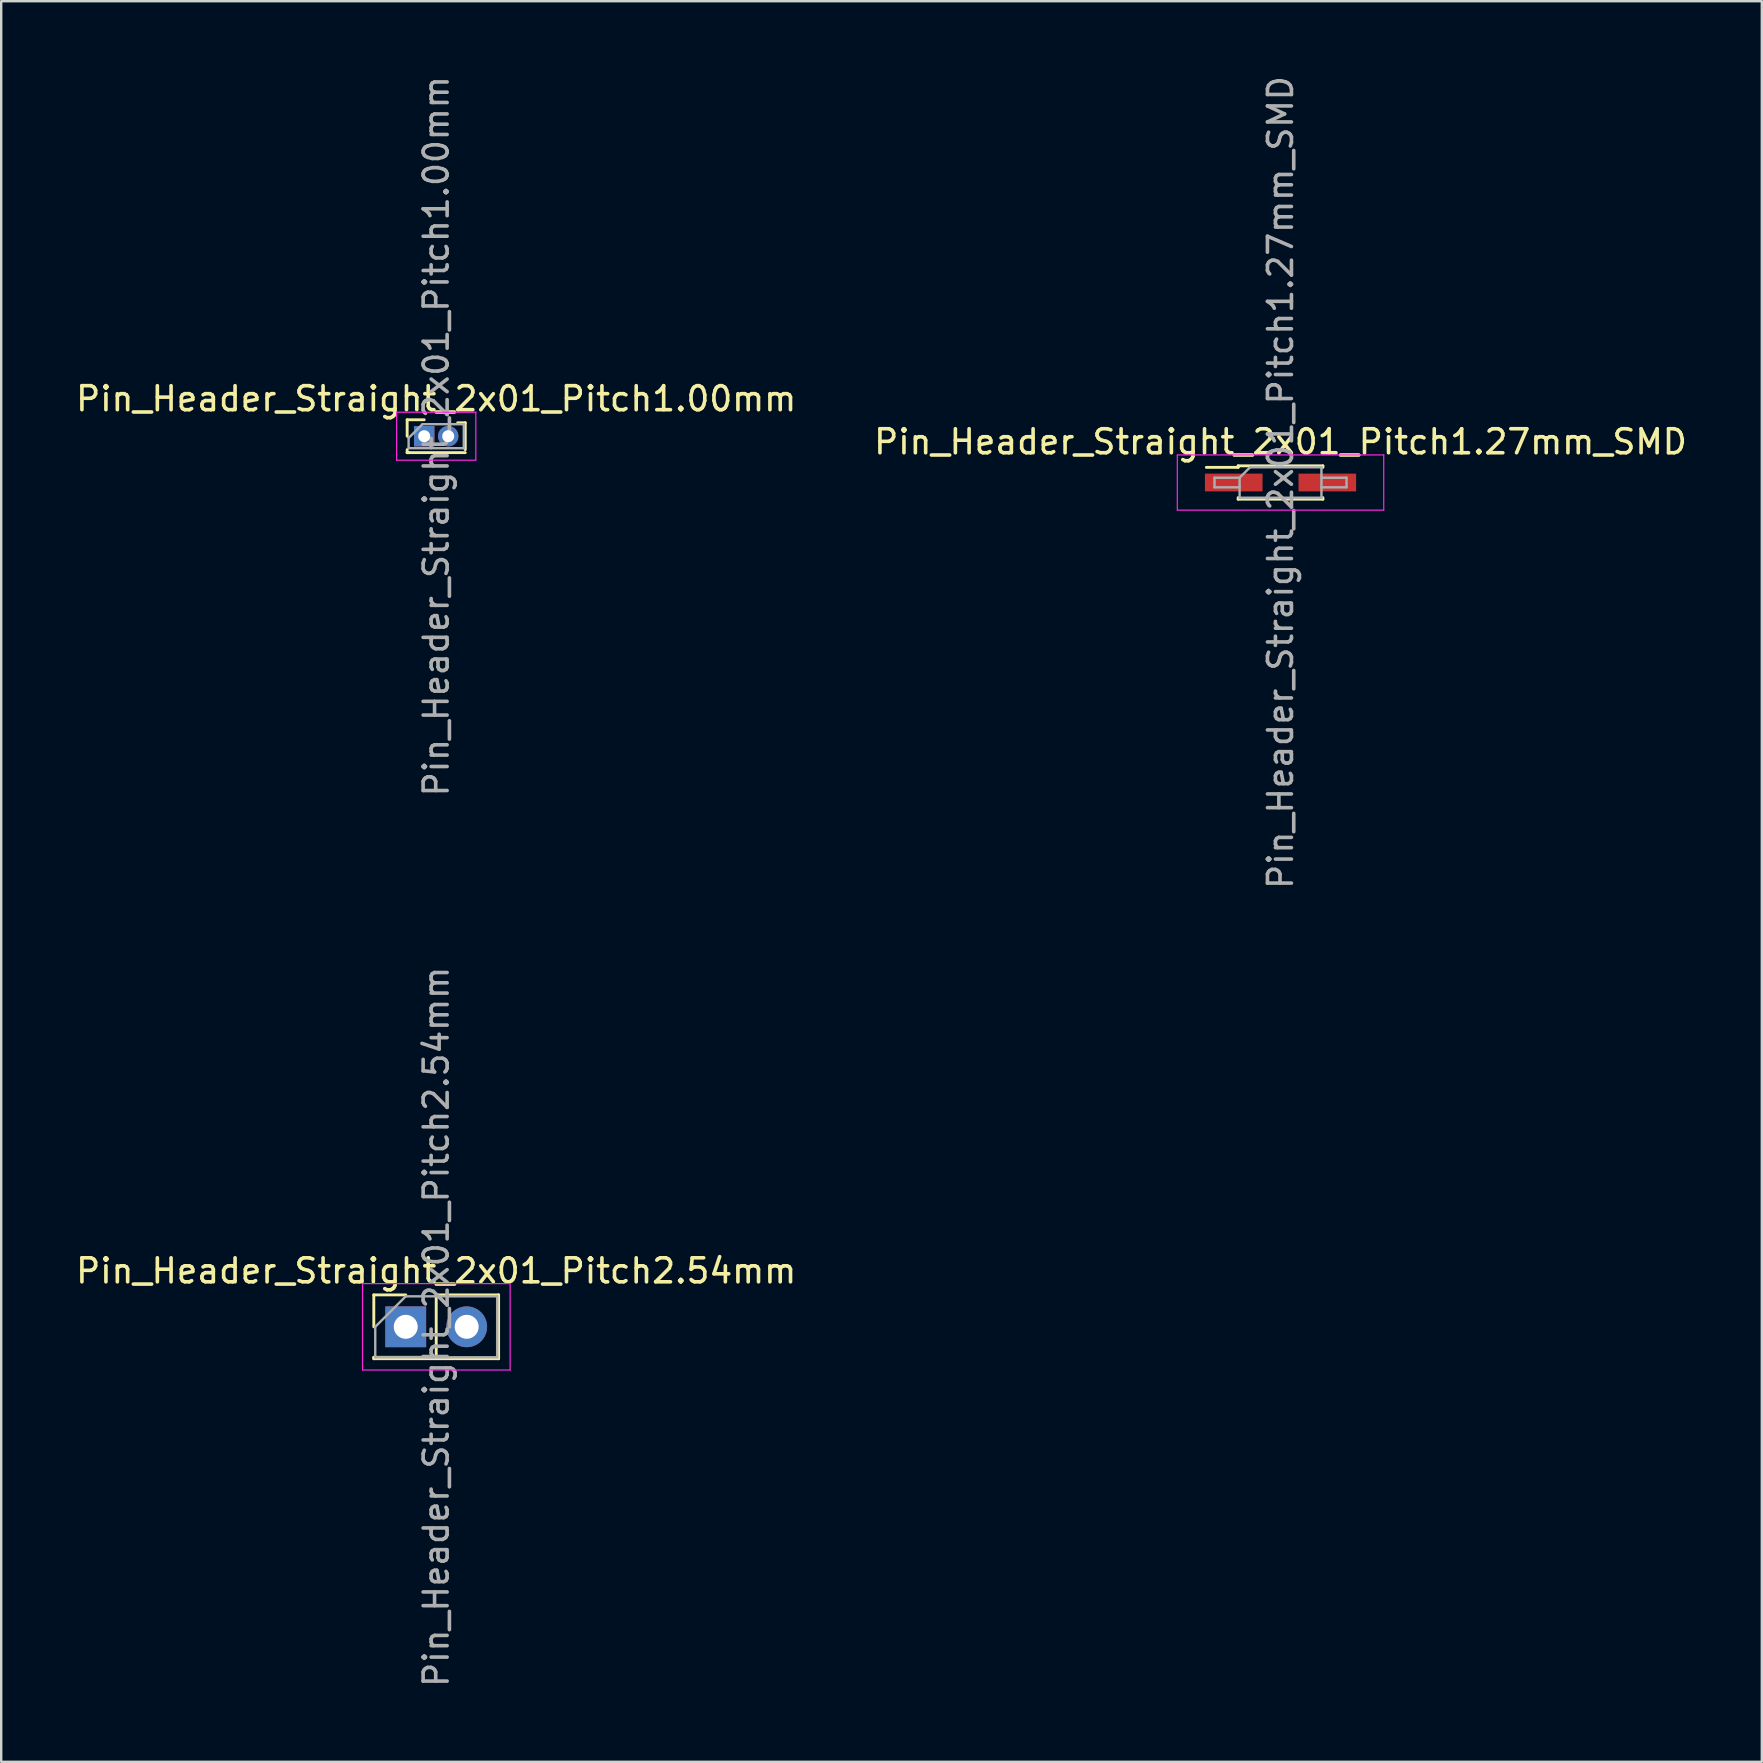
<source format=kicad_pcb>
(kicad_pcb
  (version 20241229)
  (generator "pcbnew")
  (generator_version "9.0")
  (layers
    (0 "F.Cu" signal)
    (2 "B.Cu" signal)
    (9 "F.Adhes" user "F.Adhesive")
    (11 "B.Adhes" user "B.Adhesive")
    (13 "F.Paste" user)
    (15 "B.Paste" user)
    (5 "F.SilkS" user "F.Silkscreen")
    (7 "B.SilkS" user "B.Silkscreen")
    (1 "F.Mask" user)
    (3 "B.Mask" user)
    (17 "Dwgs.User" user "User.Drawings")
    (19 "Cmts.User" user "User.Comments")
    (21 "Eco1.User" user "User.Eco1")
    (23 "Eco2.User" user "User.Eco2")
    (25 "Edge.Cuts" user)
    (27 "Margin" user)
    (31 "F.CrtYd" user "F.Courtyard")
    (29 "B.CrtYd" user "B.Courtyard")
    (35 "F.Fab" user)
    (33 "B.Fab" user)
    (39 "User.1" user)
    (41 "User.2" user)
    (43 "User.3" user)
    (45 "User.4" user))
  (footprint "Pin_Header_Straight_2x01_Pitch1.27mm_SMD"
    (layer "F.Cu")
    (at 50.304 17.054)
    (property "Reference" "Pin_Header_Straight_2x01_Pitch1.27mm_SMD" (at 0 -1.695 0) (layer "F.SilkS") (effects (font (size 1 1) (thickness 0.15))))
    (attr smd)
    (fp_line (start -3.09 -0.63) (end -1.765 -0.63) (stroke (width 0.12) (type solid)) (layer "F.SilkS"))
    (fp_line (start -1.765 -0.695) (end -1.765 -0.63) (stroke (width 0.12) (type solid)) (layer "F.SilkS"))
    (fp_line (start -1.765 -0.695) (end 1.765 -0.695) (stroke (width 0.12) (type solid)) (layer "F.SilkS"))
    (fp_line (start -1.765 0.63) (end -1.765 0.695) (stroke (width 0.12) (type solid)) (layer "F.SilkS"))
    (fp_line (start -1.765 0.695) (end 1.765 0.695) (stroke (width 0.12) (type solid)) (layer "F.SilkS"))
    (fp_line (start 1.765 -0.695) (end 1.765 -0.63) (stroke (width 0.12) (type solid)) (layer "F.SilkS"))
    (fp_line (start 1.765 0.63) (end 1.765 0.695) (stroke (width 0.12) (type solid)) (layer "F.SilkS"))
    (fp_line (start -4.3 -1.15) (end -4.3 1.15) (stroke (width 0.05) (type solid)) (layer "F.CrtYd"))
    (fp_line (start -4.3 1.15) (end 4.3 1.15) (stroke (width 0.05) (type solid)) (layer "F.CrtYd"))
    (fp_line (start 4.3 -1.15) (end -4.3 -1.15) (stroke (width 0.05) (type solid)) (layer "F.CrtYd"))
    (fp_line (start 4.3 1.15) (end 4.3 -1.15) (stroke (width 0.05) (type solid)) (layer "F.CrtYd"))
    (fp_line (start -2.75 -0.2) (end -2.75 0.2) (stroke (width 0.1) (type solid)) (layer "F.Fab"))
    (fp_line (start -2.75 0.2) (end -1.705 0.2) (stroke (width 0.1) (type solid)) (layer "F.Fab"))
    (fp_line (start -1.705 -0.2) (end -2.75 -0.2) (stroke (width 0.1) (type solid)) (layer "F.Fab"))
    (fp_line (start -1.705 -0.2) (end -1.27 -0.635) (stroke (width 0.1) (type solid)) (layer "F.Fab"))
    (fp_line (start -1.705 0.635) (end -1.705 -0.2) (stroke (width 0.1) (type solid)) (layer "F.Fab"))
    (fp_line (start -1.27 -0.635) (end 1.705 -0.635) (stroke (width 0.1) (type solid)) (layer "F.Fab"))
    (fp_line (start 1.705 -0.635) (end 1.705 0.635) (stroke (width 0.1) (type solid)) (layer "F.Fab"))
    (fp_line (start 1.705 -0.2) (end 2.75 -0.2) (stroke (width 0.1) (type solid)) (layer "F.Fab"))
    (fp_line (start 1.705 0.635) (end -1.705 0.635) (stroke (width 0.1) (type solid)) (layer "F.Fab"))
    (fp_line (start 2.75 -0.2) (end 2.75 0.2) (stroke (width 0.1) (type solid)) (layer "F.Fab"))
    (fp_line (start 2.75 0.2) (end 1.705 0.2) (stroke (width 0.1) (type solid)) (layer "F.Fab"))
    (fp_text user "${REFERENCE}" (at 0 0 90) (layer "F.Fab") (effects (font (size 1 1) (thickness 0.15))))
    (pad "1" smd rect (at -1.95 0) (size 2.4 0.74) (layers "F.Cu" "F.Mask" "F.Paste"))
    (pad "2" smd rect (at 1.95 0) (size 2.4 0.74) (layers "F.Cu" "F.Mask" "F.Paste")))
  (footprint "Pin_Header_Straight_2x01_Pitch2.54mm"
    (layer "F.Cu")
    (at 13.855 52.232)
    (property "Reference" "Pin_Header_Straight_2x01_Pitch2.54mm" (at 1.27 -2.33 0) (layer "F.SilkS") (effects (font (size 1 1) (thickness 0.15))))
    (attr through_hole)
    (fp_line (start -1.33 -1.33) (end 0 -1.33) (stroke (width 0.12) (type solid)) (layer "F.SilkS"))
    (fp_line (start -1.33 0) (end -1.33 -1.33) (stroke (width 0.12) (type solid)) (layer "F.SilkS"))
    (fp_line (start -1.33 1.27) (end -1.33 1.33) (stroke (width 0.12) (type solid)) (layer "F.SilkS"))
    (fp_line (start -1.33 1.27) (end 1.27 1.27) (stroke (width 0.12) (type solid)) (layer "F.SilkS"))
    (fp_line (start -1.33 1.33) (end 3.87 1.33) (stroke (width 0.12) (type solid)) (layer "F.SilkS"))
    (fp_line (start 1.27 -1.33) (end 3.87 -1.33) (stroke (width 0.12) (type solid)) (layer "F.SilkS"))
    (fp_line (start 1.27 1.27) (end 1.27 -1.33) (stroke (width 0.12) (type solid)) (layer "F.SilkS"))
    (fp_line (start 3.87 -1.33) (end 3.87 1.33) (stroke (width 0.12) (type solid)) (layer "F.SilkS"))
    (fp_line (start -1.8 -1.8) (end -1.8 1.8) (stroke (width 0.05) (type solid)) (layer "F.CrtYd"))
    (fp_line (start -1.8 1.8) (end 4.35 1.8) (stroke (width 0.05) (type solid)) (layer "F.CrtYd"))
    (fp_line (start 4.35 -1.8) (end -1.8 -1.8) (stroke (width 0.05) (type solid)) (layer "F.CrtYd"))
    (fp_line (start 4.35 1.8) (end 4.35 -1.8) (stroke (width 0.05) (type solid)) (layer "F.CrtYd"))
    (fp_line (start -1.27 0) (end 0 -1.27) (stroke (width 0.1) (type solid)) (layer "F.Fab"))
    (fp_line (start -1.27 1.27) (end -1.27 0) (stroke (width 0.1) (type solid)) (layer "F.Fab"))
    (fp_line (start 0 -1.27) (end 3.81 -1.27) (stroke (width 0.1) (type solid)) (layer "F.Fab"))
    (fp_line (start 3.81 -1.27) (end 3.81 1.27) (stroke (width 0.1) (type solid)) (layer "F.Fab"))
    (fp_line (start 3.81 1.27) (end -1.27 1.27) (stroke (width 0.1) (type solid)) (layer "F.Fab"))
    (fp_text user "${REFERENCE}" (at 1.27 0 90) (layer "F.Fab") (effects (font (size 1 1) (thickness 0.15))))
    (pad "1" thru_hole rect (at 0 0) (size 1.7 1.7) (drill 1) (layers "*.Cu" "*.Mask"))
    (pad "2" thru_hole oval (at 2.54 0) (size 1.7 1.7) (drill 1) (layers "*.Cu" "*.Mask")))
  (footprint "Pin_Header_Straight_2x01_Pitch1.00mm"
    (layer "F.Cu")
    (at 14.625 15.125)
    (property "Reference" "Pin_Header_Straight_2x01_Pitch1.00mm" (at 0.5 -1.56 0) (layer "F.SilkS") (effects (font (size 1 1) (thickness 0.15))))
    (attr through_hole)
    (fp_line (start -0.71 -0.685) (end 0 -0.685) (stroke (width 0.12) (type solid)) (layer "F.SilkS"))
    (fp_line (start -0.71 0) (end -0.71 -0.685) (stroke (width 0.12) (type solid)) (layer "F.SilkS"))
    (fp_line (start -0.71 0.685) (end -0.71 0.56) (stroke (width 0.12) (type solid)) (layer "F.SilkS"))
    (fp_line (start -0.71 0.685) (end -0.608 0.685) (stroke (width 0.12) (type solid)) (layer "F.SilkS"))
    (fp_line (start -0.71 0.685) (end 1.71 0.685) (stroke (width 0.12) (type solid)) (layer "F.SilkS"))
    (fp_line (start 1.394 -0.56) (end 1.71 -0.56) (stroke (width 0.12) (type solid)) (layer "F.SilkS"))
    (fp_line (start 1.71 -0.56) (end 1.71 0.56) (stroke (width 0.12) (type solid)) (layer "F.SilkS"))
    (fp_line (start -1.15 -1) (end -1.15 1) (stroke (width 0.05) (type solid)) (layer "F.CrtYd"))
    (fp_line (start -1.15 1) (end 2.15 1) (stroke (width 0.05) (type solid)) (layer "F.CrtYd"))
    (fp_line (start 2.15 -1) (end -1.15 -1) (stroke (width 0.05) (type solid)) (layer "F.CrtYd"))
    (fp_line (start 2.15 1) (end 2.15 -1) (stroke (width 0.05) (type solid)) (layer "F.CrtYd"))
    (fp_line (start -0.65 0.075) (end -0.075 -0.5) (stroke (width 0.1) (type solid)) (layer "F.Fab"))
    (fp_line (start -0.65 0.5) (end -0.65 0.075) (stroke (width 0.1) (type solid)) (layer "F.Fab"))
    (fp_line (start -0.075 -0.5) (end 1.65 -0.5) (stroke (width 0.1) (type solid)) (layer "F.Fab"))
    (fp_line (start 1.65 -0.5) (end 1.65 0.5) (stroke (width 0.1) (type solid)) (layer "F.Fab"))
    (fp_line (start 1.65 0.5) (end -0.65 0.5) (stroke (width 0.1) (type solid)) (layer "F.Fab"))
    (fp_text user "${REFERENCE}" (at 0.5 0 90) (layer "F.Fab") (effects (font (size 1 1) (thickness 0.15))))
    (pad "1" thru_hole rect (at 0 0) (size 0.85 0.85) (drill 0.5) (layers "*.Cu" "*.Mask"))
    (pad "2" thru_hole oval (at 1 0) (size 0.85 0.85) (drill 0.5) (layers "*.Cu" "*.Mask")))
  (gr_rect
    (start -3 -3)
    (end 70.357 70.357)
    (stroke (width 0.1) (type default))
    (fill no)
    (layer "Edge.Cuts")))
</source>
